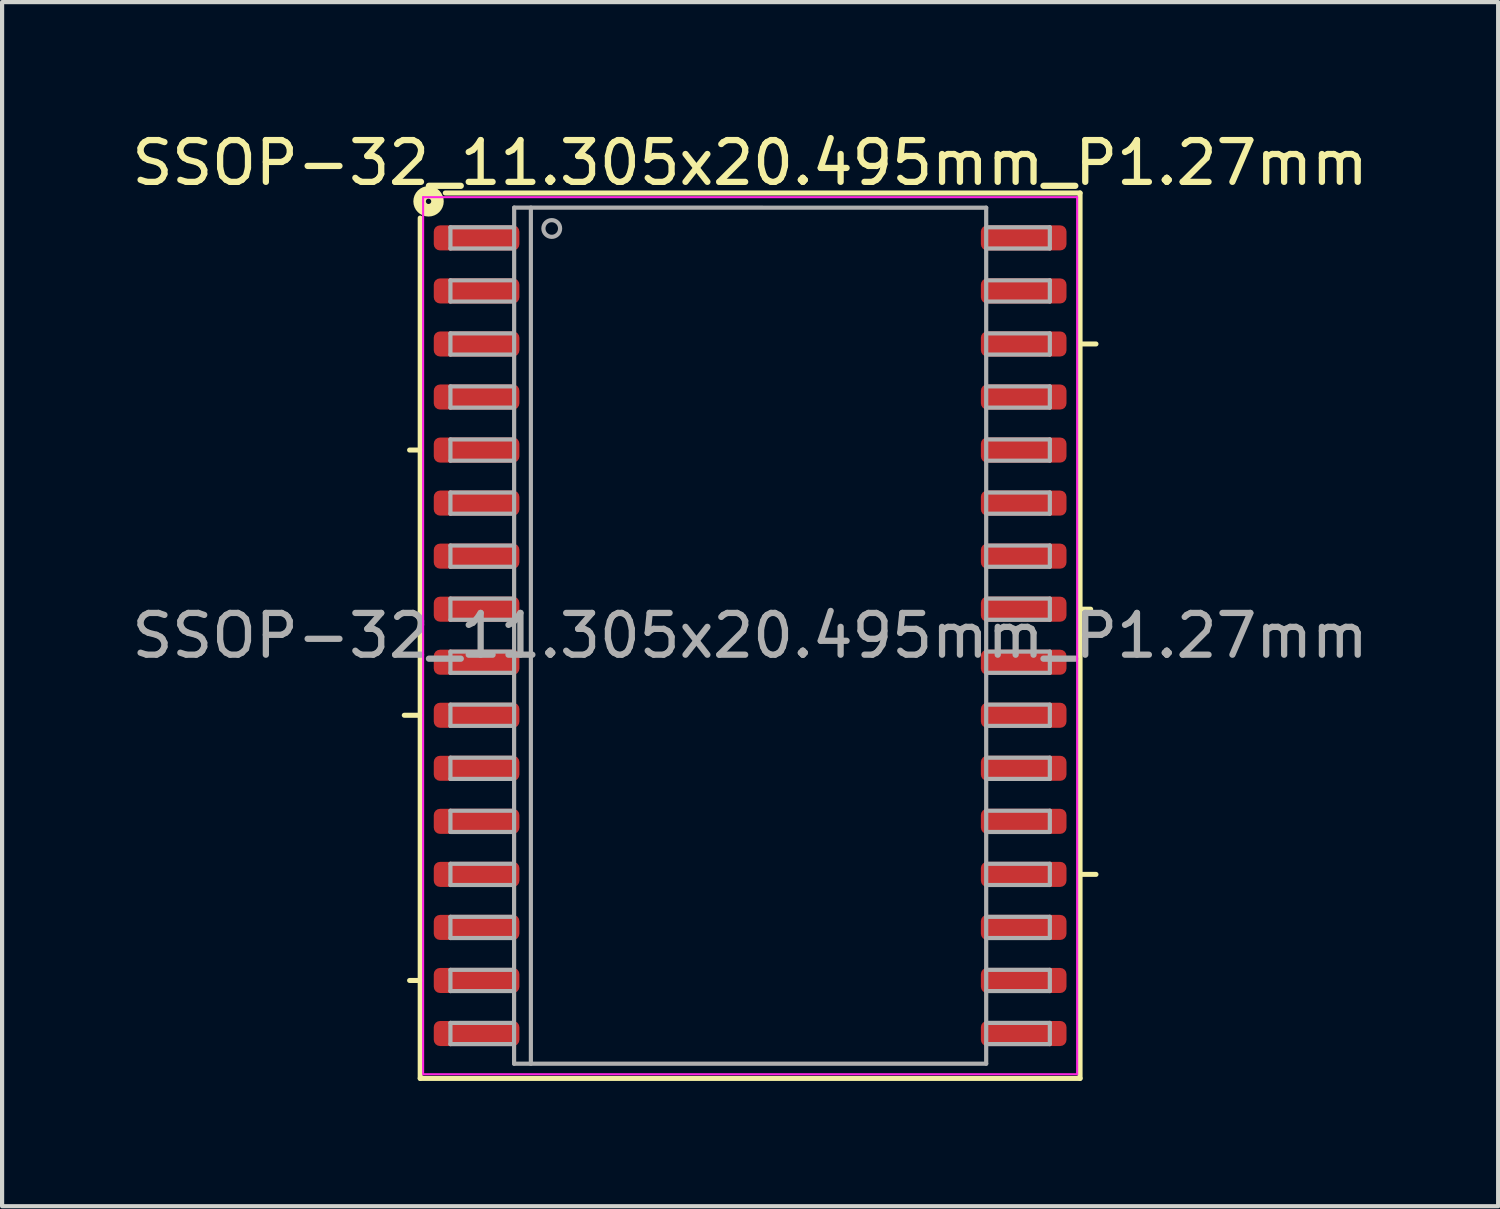
<source format=kicad_pcb>
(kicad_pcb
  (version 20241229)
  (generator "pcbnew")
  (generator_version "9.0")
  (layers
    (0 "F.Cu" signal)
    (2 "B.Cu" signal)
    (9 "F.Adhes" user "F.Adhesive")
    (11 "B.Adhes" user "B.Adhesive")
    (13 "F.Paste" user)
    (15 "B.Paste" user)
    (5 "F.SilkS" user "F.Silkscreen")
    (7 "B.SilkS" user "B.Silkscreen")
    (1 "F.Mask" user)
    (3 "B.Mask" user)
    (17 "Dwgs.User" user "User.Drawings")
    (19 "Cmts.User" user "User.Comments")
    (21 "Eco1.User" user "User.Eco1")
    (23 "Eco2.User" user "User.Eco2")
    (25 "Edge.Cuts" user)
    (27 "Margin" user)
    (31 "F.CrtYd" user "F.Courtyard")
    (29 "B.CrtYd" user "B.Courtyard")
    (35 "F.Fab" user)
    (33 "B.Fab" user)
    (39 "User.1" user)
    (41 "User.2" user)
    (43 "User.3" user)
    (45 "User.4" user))
  (footprint "SSOP-32_11.305x20.495mm_P1.27mm"
    (layer "F.Cu")
    (at 14.911 12.171)
    (property "Reference" "SSOP-32_11.305x20.495mm_P1.27mm" (at 0 -11.322 0) (layer "F.SilkS") (effects (font (size 1 1) (thickness 0.15))))
    (attr smd)
    (fp_line (start -7.9 -10) (end -7.9 10.6) (stroke (width 0.12) (type solid)) (layer "F.SilkS"))
    (fp_line (start -7.9 -4.445) (end -8.154 -4.445) (stroke (width 0.12) (type solid)) (layer "F.SilkS"))
    (fp_line (start -7.9 1.905) (end -8.281 1.905) (stroke (width 0.12) (type solid)) (layer "F.SilkS"))
    (fp_line (start -7.9 8.255) (end -8.154 8.255) (stroke (width 0.12) (type solid)) (layer "F.SilkS"))
    (fp_line (start -7.9 10.6) (end 7.9 10.6) (stroke (width 0.12) (type solid)) (layer "F.SilkS"))
    (fp_line (start 7.9 -10.6) (end -7.3 -10.6) (stroke (width 0.12) (type solid)) (layer "F.SilkS"))
    (fp_line (start 7.9 -6.985) (end 8.281 -6.985) (stroke (width 0.12) (type solid)) (layer "F.SilkS"))
    (fp_line (start 7.9 -0.635) (end 8.154 -0.635) (stroke (width 0.12) (type solid)) (layer "F.SilkS"))
    (fp_line (start 7.9 5.715) (end 8.281 5.715) (stroke (width 0.12) (type solid)) (layer "F.SilkS"))
    (fp_line (start 7.9 10.6) (end 7.9 -10.6) (stroke (width 0.12) (type solid)) (layer "F.SilkS"))
    (fp_circle (center -7.7 -10.4) (end -7.636 -10.4) (stroke (width 0.3) (type solid)) (fill no) (layer "F.SilkS"))
    (fp_line (start -7.83 -10.5) (end -7.83 10.5) (stroke (width 0.05) (type solid)) (layer "F.CrtYd"))
    (fp_line (start -7.83 10.5) (end 7.83 10.5) (stroke (width 0.05) (type solid)) (layer "F.CrtYd"))
    (fp_line (start 7.83 -10.5) (end -7.83 -10.5) (stroke (width 0.05) (type solid)) (layer "F.CrtYd"))
    (fp_line (start 7.83 10.5) (end 7.83 -10.5) (stroke (width 0.05) (type solid)) (layer "F.CrtYd"))
    (fp_line (start -7.176 -9.779) (end -7.176 -9.271) (stroke (width 0.1) (type solid)) (layer "F.Fab"))
    (fp_line (start -7.176 -9.779) (end -5.652 -9.779) (stroke (width 0.1) (type solid)) (layer "F.Fab"))
    (fp_line (start -7.176 -9.271) (end -5.652 -9.271) (stroke (width 0.1) (type solid)) (layer "F.Fab"))
    (fp_line (start -7.176 -8.509) (end -7.176 -8.001) (stroke (width 0.1) (type solid)) (layer "F.Fab"))
    (fp_line (start -7.176 -8.509) (end -5.652 -8.509) (stroke (width 0.1) (type solid)) (layer "F.Fab"))
    (fp_line (start -7.176 -8.001) (end -5.652 -8.001) (stroke (width 0.1) (type solid)) (layer "F.Fab"))
    (fp_line (start -7.176 -7.239) (end -7.176 -6.731) (stroke (width 0.1) (type solid)) (layer "F.Fab"))
    (fp_line (start -7.176 -7.239) (end -5.652 -7.239) (stroke (width 0.1) (type solid)) (layer "F.Fab"))
    (fp_line (start -7.176 -6.731) (end -5.652 -6.731) (stroke (width 0.1) (type solid)) (layer "F.Fab"))
    (fp_line (start -7.176 -5.969) (end -7.176 -5.461) (stroke (width 0.1) (type solid)) (layer "F.Fab"))
    (fp_line (start -7.176 -5.969) (end -5.652 -5.969) (stroke (width 0.1) (type solid)) (layer "F.Fab"))
    (fp_line (start -7.176 -5.461) (end -5.652 -5.461) (stroke (width 0.1) (type solid)) (layer "F.Fab"))
    (fp_line (start -7.176 -4.699) (end -7.176 -4.191) (stroke (width 0.1) (type solid)) (layer "F.Fab"))
    (fp_line (start -7.176 -4.699) (end -5.652 -4.699) (stroke (width 0.1) (type solid)) (layer "F.Fab"))
    (fp_line (start -7.176 -4.191) (end -5.652 -4.191) (stroke (width 0.1) (type solid)) (layer "F.Fab"))
    (fp_line (start -7.176 -3.429) (end -7.176 -2.921) (stroke (width 0.1) (type solid)) (layer "F.Fab"))
    (fp_line (start -7.176 -3.429) (end -5.652 -3.429) (stroke (width 0.1) (type solid)) (layer "F.Fab"))
    (fp_line (start -7.176 -2.921) (end -5.652 -2.921) (stroke (width 0.1) (type solid)) (layer "F.Fab"))
    (fp_line (start -7.176 -2.159) (end -7.176 -1.651) (stroke (width 0.1) (type solid)) (layer "F.Fab"))
    (fp_line (start -7.176 -2.159) (end -5.652 -2.159) (stroke (width 0.1) (type solid)) (layer "F.Fab"))
    (fp_line (start -7.176 -1.651) (end -5.652 -1.651) (stroke (width 0.1) (type solid)) (layer "F.Fab"))
    (fp_line (start -7.176 -0.889) (end -7.176 -0.381) (stroke (width 0.1) (type solid)) (layer "F.Fab"))
    (fp_line (start -7.176 -0.889) (end -5.652 -0.889) (stroke (width 0.1) (type solid)) (layer "F.Fab"))
    (fp_line (start -7.176 -0.381) (end -5.652 -0.381) (stroke (width 0.1) (type solid)) (layer "F.Fab"))
    (fp_line (start -7.176 0.381) (end -7.176 0.889) (stroke (width 0.1) (type solid)) (layer "F.Fab"))
    (fp_line (start -7.176 0.381) (end -5.652 0.381) (stroke (width 0.1) (type solid)) (layer "F.Fab"))
    (fp_line (start -7.176 0.889) (end -5.652 0.889) (stroke (width 0.1) (type solid)) (layer "F.Fab"))
    (fp_line (start -7.176 1.651) (end -7.176 2.159) (stroke (width 0.1) (type solid)) (layer "F.Fab"))
    (fp_line (start -7.176 1.651) (end -5.652 1.651) (stroke (width 0.1) (type solid)) (layer "F.Fab"))
    (fp_line (start -7.176 2.159) (end -5.652 2.159) (stroke (width 0.1) (type solid)) (layer "F.Fab"))
    (fp_line (start -7.176 2.921) (end -7.176 3.429) (stroke (width 0.1) (type solid)) (layer "F.Fab"))
    (fp_line (start -7.176 2.921) (end -5.652 2.921) (stroke (width 0.1) (type solid)) (layer "F.Fab"))
    (fp_line (start -7.176 3.429) (end -5.652 3.429) (stroke (width 0.1) (type solid)) (layer "F.Fab"))
    (fp_line (start -7.176 4.191) (end -7.176 4.699) (stroke (width 0.1) (type solid)) (layer "F.Fab"))
    (fp_line (start -7.176 4.191) (end -5.652 4.191) (stroke (width 0.1) (type solid)) (layer "F.Fab"))
    (fp_line (start -7.176 4.699) (end -5.652 4.699) (stroke (width 0.1) (type solid)) (layer "F.Fab"))
    (fp_line (start -7.176 5.461) (end -7.176 5.969) (stroke (width 0.1) (type solid)) (layer "F.Fab"))
    (fp_line (start -7.176 5.461) (end -5.652 5.461) (stroke (width 0.1) (type solid)) (layer "F.Fab"))
    (fp_line (start -7.176 5.969) (end -5.652 5.969) (stroke (width 0.1) (type solid)) (layer "F.Fab"))
    (fp_line (start -7.176 6.731) (end -7.176 7.239) (stroke (width 0.1) (type solid)) (layer "F.Fab"))
    (fp_line (start -7.176 6.731) (end -5.652 6.731) (stroke (width 0.1) (type solid)) (layer "F.Fab"))
    (fp_line (start -7.176 7.239) (end -5.652 7.239) (stroke (width 0.1) (type solid)) (layer "F.Fab"))
    (fp_line (start -7.176 8.001) (end -7.176 8.509) (stroke (width 0.1) (type solid)) (layer "F.Fab"))
    (fp_line (start -7.176 8.001) (end -5.652 8.001) (stroke (width 0.1) (type solid)) (layer "F.Fab"))
    (fp_line (start -7.176 8.509) (end -5.652 8.509) (stroke (width 0.1) (type solid)) (layer "F.Fab"))
    (fp_line (start -7.176 9.271) (end -7.176 9.779) (stroke (width 0.1) (type solid)) (layer "F.Fab"))
    (fp_line (start -7.176 9.271) (end -5.652 9.271) (stroke (width 0.1) (type solid)) (layer "F.Fab"))
    (fp_line (start -7.176 9.779) (end -5.652 9.779) (stroke (width 0.1) (type solid)) (layer "F.Fab"))
    (fp_line (start -5.652 10.248) (end -5.65 -10.25) (stroke (width 0.1) (type solid)) (layer "F.Fab"))
    (fp_line (start -5.65 -10.25) (end 5.652 -10.248) (stroke (width 0.1) (type solid)) (layer "F.Fab"))
    (fp_line (start -5.25 -10.25) (end -5.25 10.25) (stroke (width 0.1) (type solid)) (layer "F.Fab"))
    (fp_line (start 5.652 -10.248) (end 5.652 10.248) (stroke (width 0.1) (type solid)) (layer "F.Fab"))
    (fp_line (start 5.652 10.248) (end -5.652 10.248) (stroke (width 0.1) (type solid)) (layer "F.Fab"))
    (fp_line (start 7.176 -9.779) (end 5.652 -9.779) (stroke (width 0.1) (type solid)) (layer "F.Fab"))
    (fp_line (start 7.176 -9.271) (end 5.652 -9.271) (stroke (width 0.1) (type solid)) (layer "F.Fab"))
    (fp_line (start 7.176 -9.271) (end 7.176 -9.779) (stroke (width 0.1) (type solid)) (layer "F.Fab"))
    (fp_line (start 7.176 -8.509) (end 5.652 -8.509) (stroke (width 0.1) (type solid)) (layer "F.Fab"))
    (fp_line (start 7.176 -8.001) (end 5.652 -8.001) (stroke (width 0.1) (type solid)) (layer "F.Fab"))
    (fp_line (start 7.176 -8.001) (end 7.176 -8.509) (stroke (width 0.1) (type solid)) (layer "F.Fab"))
    (fp_line (start 7.176 -7.239) (end 5.652 -7.239) (stroke (width 0.1) (type solid)) (layer "F.Fab"))
    (fp_line (start 7.176 -6.731) (end 5.652 -6.731) (stroke (width 0.1) (type solid)) (layer "F.Fab"))
    (fp_line (start 7.176 -6.731) (end 7.176 -7.239) (stroke (width 0.1) (type solid)) (layer "F.Fab"))
    (fp_line (start 7.176 -5.969) (end 5.652 -5.969) (stroke (width 0.1) (type solid)) (layer "F.Fab"))
    (fp_line (start 7.176 -5.461) (end 5.652 -5.461) (stroke (width 0.1) (type solid)) (layer "F.Fab"))
    (fp_line (start 7.176 -5.461) (end 7.176 -5.969) (stroke (width 0.1) (type solid)) (layer "F.Fab"))
    (fp_line (start 7.176 -4.699) (end 5.652 -4.699) (stroke (width 0.1) (type solid)) (layer "F.Fab"))
    (fp_line (start 7.176 -4.191) (end 5.652 -4.191) (stroke (width 0.1) (type solid)) (layer "F.Fab"))
    (fp_line (start 7.176 -4.191) (end 7.176 -4.699) (stroke (width 0.1) (type solid)) (layer "F.Fab"))
    (fp_line (start 7.176 -3.429) (end 5.652 -3.429) (stroke (width 0.1) (type solid)) (layer "F.Fab"))
    (fp_line (start 7.176 -2.921) (end 5.652 -2.921) (stroke (width 0.1) (type solid)) (layer "F.Fab"))
    (fp_line (start 7.176 -2.921) (end 7.176 -3.429) (stroke (width 0.1) (type solid)) (layer "F.Fab"))
    (fp_line (start 7.176 -2.159) (end 5.652 -2.159) (stroke (width 0.1) (type solid)) (layer "F.Fab"))
    (fp_line (start 7.176 -1.651) (end 5.652 -1.651) (stroke (width 0.1) (type solid)) (layer "F.Fab"))
    (fp_line (start 7.176 -1.651) (end 7.176 -2.159) (stroke (width 0.1) (type solid)) (layer "F.Fab"))
    (fp_line (start 7.176 -0.889) (end 5.652 -0.889) (stroke (width 0.1) (type solid)) (layer "F.Fab"))
    (fp_line (start 7.176 -0.381) (end 5.652 -0.381) (stroke (width 0.1) (type solid)) (layer "F.Fab"))
    (fp_line (start 7.176 -0.381) (end 7.176 -0.889) (stroke (width 0.1) (type solid)) (layer "F.Fab"))
    (fp_line (start 7.176 0.381) (end 5.652 0.381) (stroke (width 0.1) (type solid)) (layer "F.Fab"))
    (fp_line (start 7.176 0.889) (end 5.652 0.889) (stroke (width 0.1) (type solid)) (layer "F.Fab"))
    (fp_line (start 7.176 0.889) (end 7.176 0.381) (stroke (width 0.1) (type solid)) (layer "F.Fab"))
    (fp_line (start 7.176 1.651) (end 5.652 1.651) (stroke (width 0.1) (type solid)) (layer "F.Fab"))
    (fp_line (start 7.176 2.159) (end 5.652 2.159) (stroke (width 0.1) (type solid)) (layer "F.Fab"))
    (fp_line (start 7.176 2.159) (end 7.176 1.651) (stroke (width 0.1) (type solid)) (layer "F.Fab"))
    (fp_line (start 7.176 2.921) (end 5.652 2.921) (stroke (width 0.1) (type solid)) (layer "F.Fab"))
    (fp_line (start 7.176 3.429) (end 5.652 3.429) (stroke (width 0.1) (type solid)) (layer "F.Fab"))
    (fp_line (start 7.176 3.429) (end 7.176 2.921) (stroke (width 0.1) (type solid)) (layer "F.Fab"))
    (fp_line (start 7.176 4.191) (end 5.652 4.191) (stroke (width 0.1) (type solid)) (layer "F.Fab"))
    (fp_line (start 7.176 4.699) (end 5.652 4.699) (stroke (width 0.1) (type solid)) (layer "F.Fab"))
    (fp_line (start 7.176 4.699) (end 7.176 4.191) (stroke (width 0.1) (type solid)) (layer "F.Fab"))
    (fp_line (start 7.176 5.461) (end 5.652 5.461) (stroke (width 0.1) (type solid)) (layer "F.Fab"))
    (fp_line (start 7.176 5.969) (end 5.652 5.969) (stroke (width 0.1) (type solid)) (layer "F.Fab"))
    (fp_line (start 7.176 5.969) (end 7.176 5.461) (stroke (width 0.1) (type solid)) (layer "F.Fab"))
    (fp_line (start 7.176 6.731) (end 5.652 6.731) (stroke (width 0.1) (type solid)) (layer "F.Fab"))
    (fp_line (start 7.176 7.239) (end 5.652 7.239) (stroke (width 0.1) (type solid)) (layer "F.Fab"))
    (fp_line (start 7.176 7.239) (end 7.176 6.731) (stroke (width 0.1) (type solid)) (layer "F.Fab"))
    (fp_line (start 7.176 8.001) (end 5.652 8.001) (stroke (width 0.1) (type solid)) (layer "F.Fab"))
    (fp_line (start 7.176 8.509) (end 5.652 8.509) (stroke (width 0.1) (type solid)) (layer "F.Fab"))
    (fp_line (start 7.176 8.509) (end 7.176 8.001) (stroke (width 0.1) (type solid)) (layer "F.Fab"))
    (fp_line (start 7.176 9.271) (end 5.652 9.271) (stroke (width 0.1) (type solid)) (layer "F.Fab"))
    (fp_line (start 7.176 9.779) (end 5.652 9.779) (stroke (width 0.1) (type solid)) (layer "F.Fab"))
    (fp_line (start 7.176 9.779) (end 7.176 9.271) (stroke (width 0.1) (type solid)) (layer "F.Fab"))
    (fp_circle (center -4.75 -9.75) (end -4.55 -9.75) (stroke (width 0.1) (type solid)) (fill no) (layer "F.Fab"))
    (fp_text user "${REFERENCE}" (at 0 0 0) (layer "F.Fab") (effects (font (size 1 1) (thickness 0.15))))
    (pad "1" smd roundrect (at -6.55 -9.525) (size 2.05 0.6) (layers "F.Cu" "F.Mask" "F.Paste") (roundrect_rratio 0.25))
    (pad "2" smd roundrect (at -6.55 -8.255) (size 2.05 0.6) (layers "F.Cu" "F.Mask" "F.Paste") (roundrect_rratio 0.25))
    (pad "3" smd roundrect (at -6.55 -6.985) (size 2.05 0.6) (layers "F.Cu" "F.Mask" "F.Paste") (roundrect_rratio 0.25))
    (pad "4" smd roundrect (at -6.55 -5.715) (size 2.05 0.6) (layers "F.Cu" "F.Mask" "F.Paste") (roundrect_rratio 0.25))
    (pad "5" smd roundrect (at -6.55 -4.445) (size 2.05 0.6) (layers "F.Cu" "F.Mask" "F.Paste") (roundrect_rratio 0.25))
    (pad "6" smd roundrect (at -6.55 -3.175) (size 2.05 0.6) (layers "F.Cu" "F.Mask" "F.Paste") (roundrect_rratio 0.25))
    (pad "7" smd roundrect (at -6.55 -1.905) (size 2.05 0.6) (layers "F.Cu" "F.Mask" "F.Paste") (roundrect_rratio 0.25))
    (pad "8" smd roundrect (at -6.55 -0.635) (size 2.05 0.6) (layers "F.Cu" "F.Mask" "F.Paste") (roundrect_rratio 0.25))
    (pad "9" smd roundrect (at -6.55 0.635) (size 2.05 0.6) (layers "F.Cu" "F.Mask" "F.Paste") (roundrect_rratio 0.25))
    (pad "10" smd roundrect (at -6.55 1.905) (size 2.05 0.6) (layers "F.Cu" "F.Mask" "F.Paste") (roundrect_rratio 0.25))
    (pad "11" smd roundrect (at -6.55 3.175) (size 2.05 0.6) (layers "F.Cu" "F.Mask" "F.Paste") (roundrect_rratio 0.25))
    (pad "12" smd roundrect (at -6.55 4.445) (size 2.05 0.6) (layers "F.Cu" "F.Mask" "F.Paste") (roundrect_rratio 0.25))
    (pad "13" smd roundrect (at -6.55 5.715) (size 2.05 0.6) (layers "F.Cu" "F.Mask" "F.Paste") (roundrect_rratio 0.25))
    (pad "14" smd roundrect (at -6.55 6.985) (size 2.05 0.6) (layers "F.Cu" "F.Mask" "F.Paste") (roundrect_rratio 0.25))
    (pad "15" smd roundrect (at -6.55 8.255) (size 2.05 0.6) (layers "F.Cu" "F.Mask" "F.Paste") (roundrect_rratio 0.25))
    (pad "16" smd roundrect (at -6.55 9.525) (size 2.05 0.6) (layers "F.Cu" "F.Mask" "F.Paste") (roundrect_rratio 0.25))
    (pad "17" smd roundrect (at 6.55 9.525) (size 2.05 0.6) (layers "F.Cu" "F.Mask" "F.Paste") (roundrect_rratio 0.25))
    (pad "18" smd roundrect (at 6.55 8.255) (size 2.05 0.6) (layers "F.Cu" "F.Mask" "F.Paste") (roundrect_rratio 0.25))
    (pad "19" smd roundrect (at 6.55 6.985) (size 2.05 0.6) (layers "F.Cu" "F.Mask" "F.Paste") (roundrect_rratio 0.25))
    (pad "20" smd roundrect (at 6.55 5.715) (size 2.05 0.6) (layers "F.Cu" "F.Mask" "F.Paste") (roundrect_rratio 0.25))
    (pad "21" smd roundrect (at 6.55 4.445) (size 2.05 0.6) (layers "F.Cu" "F.Mask" "F.Paste") (roundrect_rratio 0.25))
    (pad "22" smd roundrect (at 6.55 3.175) (size 2.05 0.6) (layers "F.Cu" "F.Mask" "F.Paste") (roundrect_rratio 0.25))
    (pad "23" smd roundrect (at 6.55 1.905) (size 2.05 0.6) (layers "F.Cu" "F.Mask" "F.Paste") (roundrect_rratio 0.25))
    (pad "24" smd roundrect (at 6.55 0.635) (size 2.05 0.6) (layers "F.Cu" "F.Mask" "F.Paste") (roundrect_rratio 0.25))
    (pad "25" smd roundrect (at 6.55 -0.635) (size 2.05 0.6) (layers "F.Cu" "F.Mask" "F.Paste") (roundrect_rratio 0.25))
    (pad "26" smd roundrect (at 6.55 -1.905) (size 2.05 0.6) (layers "F.Cu" "F.Mask" "F.Paste") (roundrect_rratio 0.25))
    (pad "27" smd roundrect (at 6.55 -3.175) (size 2.05 0.6) (layers "F.Cu" "F.Mask" "F.Paste") (roundrect_rratio 0.25))
    (pad "28" smd roundrect (at 6.55 -4.445) (size 2.05 0.6) (layers "F.Cu" "F.Mask" "F.Paste") (roundrect_rratio 0.25))
    (pad "29" smd roundrect (at 6.55 -5.715) (size 2.05 0.6) (layers "F.Cu" "F.Mask" "F.Paste") (roundrect_rratio 0.25))
    (pad "30" smd roundrect (at 6.55 -6.985) (size 2.05 0.6) (layers "F.Cu" "F.Mask" "F.Paste") (roundrect_rratio 0.25))
    (pad "31" smd roundrect (at 6.55 -8.255) (size 2.05 0.6) (layers "F.Cu" "F.Mask" "F.Paste") (roundrect_rratio 0.25))
    (pad "32" smd roundrect (at 6.55 -9.525) (size 2.05 0.6) (layers "F.Cu" "F.Mask" "F.Paste") (roundrect_rratio 0.25)))
  (gr_rect
    (start -3 -3)
    (end 32.821 25.831)
    (stroke (width 0.1) (type default))
    (fill no)
    (layer "Edge.Cuts")))
</source>
